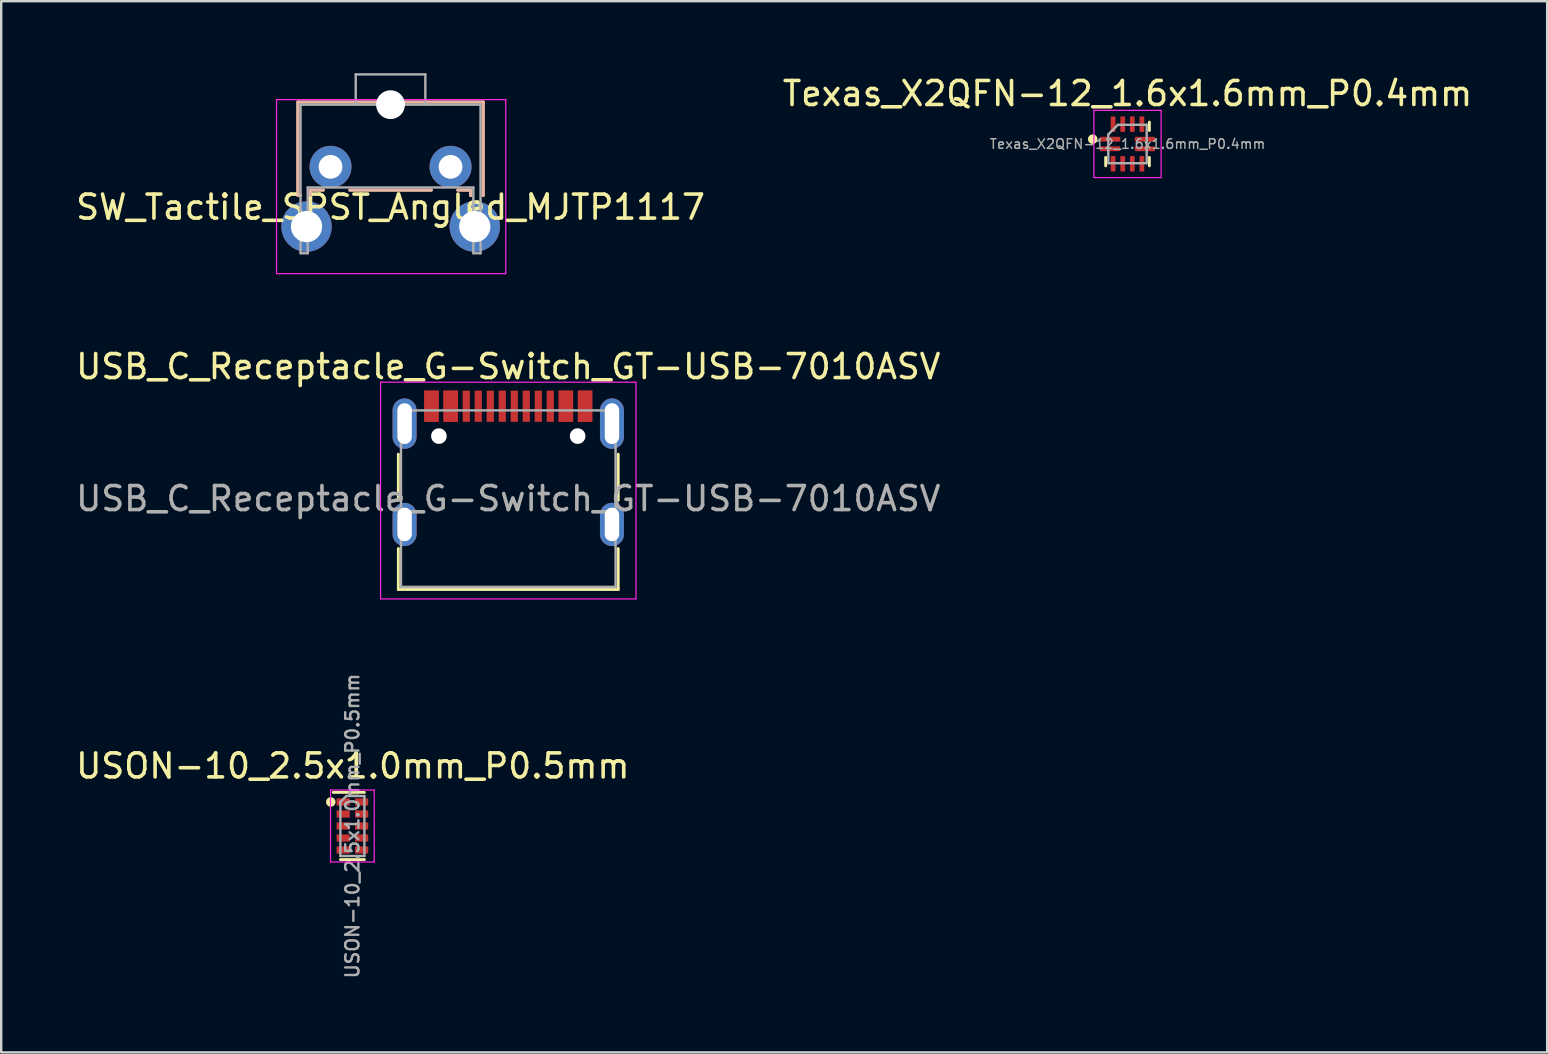
<source format=kicad_pcb>
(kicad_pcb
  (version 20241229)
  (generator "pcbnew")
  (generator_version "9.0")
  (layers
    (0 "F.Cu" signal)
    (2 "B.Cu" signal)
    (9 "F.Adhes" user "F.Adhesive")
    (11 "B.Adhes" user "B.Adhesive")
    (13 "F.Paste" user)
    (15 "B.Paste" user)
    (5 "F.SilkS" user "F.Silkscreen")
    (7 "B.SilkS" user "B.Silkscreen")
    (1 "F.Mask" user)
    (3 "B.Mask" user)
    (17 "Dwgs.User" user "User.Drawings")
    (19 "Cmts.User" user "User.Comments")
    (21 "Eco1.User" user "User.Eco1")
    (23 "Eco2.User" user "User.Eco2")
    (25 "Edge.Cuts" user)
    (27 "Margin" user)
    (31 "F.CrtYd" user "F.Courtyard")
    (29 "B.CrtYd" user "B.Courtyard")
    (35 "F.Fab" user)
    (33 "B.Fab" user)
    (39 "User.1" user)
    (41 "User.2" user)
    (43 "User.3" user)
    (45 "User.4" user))
  (footprint "USON-10_2.5x1.0mm_P0.5mm"
    (layer "F.Cu")
    (at 11.631 31.361)
    (property "Reference" "USON-10_2.5x1.0mm_P0.5mm" (at 0.018 -2.5 0) (layer "F.SilkS") (effects (font (size 1 1) (thickness 0.15))))
    (attr smd)
    (fp_line (start 0.5 -1.4) (end -0.8 -1.4) (stroke (width 0.12) (type solid)) (layer "F.SilkS"))
    (fp_line (start 0.5 1.4) (end -0.5 1.4) (stroke (width 0.12) (type solid)) (layer "F.SilkS"))
    (fp_circle (center -0.9 -1) (end -0.8 -1) (stroke (width 0.2) (type solid)) (fill no) (layer "F.SilkS"))
    (fp_line (start -0.91 -1.5) (end 0.91 -1.5) (stroke (width 0.05) (type solid)) (layer "F.CrtYd"))
    (fp_line (start -0.91 1.5) (end -0.91 -1.5) (stroke (width 0.05) (type solid)) (layer "F.CrtYd"))
    (fp_line (start 0.91 -1.5) (end 0.91 1.5) (stroke (width 0.05) (type solid)) (layer "F.CrtYd"))
    (fp_line (start 0.91 1.5) (end -0.91 1.5) (stroke (width 0.05) (type solid)) (layer "F.CrtYd"))
    (fp_line (start -0.5 -1) (end -0.5 1.25) (stroke (width 0.1) (type solid)) (layer "F.Fab"))
    (fp_line (start -0.5 1.25) (end 0.5 1.25) (stroke (width 0.1) (type solid)) (layer "F.Fab"))
    (fp_line (start -0.25 -1.25) (end -0.5 -1) (stroke (width 0.1) (type solid)) (layer "F.Fab"))
    (fp_line (start 0.5 -1.25) (end -0.25 -1.25) (stroke (width 0.1) (type solid)) (layer "F.Fab"))
    (fp_line (start 0.5 -1.25) (end 0.5 1.25) (stroke (width 0.1) (type solid)) (layer "F.Fab"))
    (fp_text user "${REFERENCE}" (at 0 0 90) (layer "F.Fab") (effects (font (size 0.55 0.55) (thickness 0.1))))
    (pad "1" smd rect (at -0.385 -1 270) (size 0.3 0.55) (layers "F.Cu" "F.Mask" "F.Paste"))
    (pad "2" smd rect (at -0.385 -0.5 270) (size 0.3 0.55) (layers "F.Cu" "F.Mask" "F.Paste"))
    (pad "3" smd rect (at -0.385 0 270) (size 0.3 0.55) (layers "F.Cu" "F.Mask" "F.Paste"))
    (pad "4" smd rect (at -0.385 0.5 270) (size 0.3 0.55) (layers "F.Cu" "F.Mask" "F.Paste"))
    (pad "5" smd rect (at -0.385 1 270) (size 0.3 0.55) (layers "F.Cu" "F.Mask" "F.Paste"))
    (pad "6" smd rect (at 0.385 1 270) (size 0.3 0.55) (layers "F.Cu" "F.Mask" "F.Paste"))
    (pad "7" smd rect (at 0.385 0.5 270) (size 0.3 0.55) (layers "F.Cu" "F.Mask" "F.Paste"))
    (pad "8" smd rect (at 0.385 0 270) (size 0.3 0.55) (layers "F.Cu" "F.Mask" "F.Paste"))
    (pad "9" smd rect (at 0.385 -0.5 270) (size 0.3 0.55) (layers "F.Cu" "F.Mask" "F.Paste"))
    (pad "10" smd rect (at 0.385 -1 270) (size 0.3 0.55) (layers "F.Cu" "F.Mask" "F.Paste")))
  (footprint "SW_Tactile_SPST_Angled_MJTP1117"
    (layer "F.Cu")
    (at 13.22 1.31)
    (property "Reference" "SW_Tactile_SPST_Angled_MJTP1117" (at 0 4.27 0) (layer "F.SilkS") (effects (font (size 1 1) (thickness 0.15))))
    (attr through_hole)
    (fp_line (start -3.86 -0.11) (end -3.86 3.79) (stroke (width 0.12) (type solid)) (layer "F.SilkS"))
    (fp_line (start -3.86 -0.11) (end 3.86 -0.11) (stroke (width 0.12) (type solid)) (layer "F.SilkS"))
    (fp_line (start -3.34 3.56) (end -3.34 3.79) (stroke (width 0.12) (type solid)) (layer "F.SilkS"))
    (fp_line (start -3.34 3.56) (end -2.8 3.56) (stroke (width 0.12) (type solid)) (layer "F.SilkS"))
    (fp_line (start -1.7 3.56) (end 1.7 3.56) (stroke (width 0.12) (type solid)) (layer "F.SilkS"))
    (fp_line (start 2.8 3.56) (end 3.34 3.56) (stroke (width 0.12) (type solid)) (layer "F.SilkS"))
    (fp_line (start 3.34 3.56) (end 3.34 3.79) (stroke (width 0.12) (type solid)) (layer "F.SilkS"))
    (fp_line (start 3.86 -0.11) (end 3.86 3.79) (stroke (width 0.12) (type solid)) (layer "F.SilkS"))
    (fp_line (start -3.86 -0.11) (end -3.86 3.79) (stroke (width 0.12) (type solid)) (layer "B.SilkS"))
    (fp_line (start -3.34 3.56) (end -3.34 3.79) (stroke (width 0.12) (type solid)) (layer "B.SilkS"))
    (fp_line (start -2.8 3.56) (end -3.34 3.56) (stroke (width 0.12) (type solid)) (layer "B.SilkS"))
    (fp_line (start 1.7 3.56) (end -1.7 3.56) (stroke (width 0.12) (type solid)) (layer "B.SilkS"))
    (fp_line (start 3.34 3.56) (end 2.8 3.56) (stroke (width 0.12) (type solid)) (layer "B.SilkS"))
    (fp_line (start 3.34 3.56) (end 3.34 3.79) (stroke (width 0.12) (type solid)) (layer "B.SilkS"))
    (fp_line (start 3.86 -0.11) (end -3.86 -0.11) (stroke (width 0.12) (type solid)) (layer "B.SilkS"))
    (fp_line (start 3.86 -0.11) (end 3.86 3.79) (stroke (width 0.12) (type solid)) (layer "B.SilkS"))
    (fp_line (start -4.75 -0.21) (end 4.8 -0.21) (stroke (width 0.05) (type solid)) (layer "F.CrtYd"))
    (fp_line (start -4.75 7.04) (end -4.75 -0.21) (stroke (width 0.05) (type solid)) (layer "F.CrtYd"))
    (fp_line (start 4.8 -0.21) (end 4.8 7.04) (stroke (width 0.05) (type solid)) (layer "F.CrtYd"))
    (fp_line (start 4.8 7.04) (end -4.75 7.04) (stroke (width 0.05) (type solid)) (layer "F.CrtYd"))
    (fp_line (start -3.75 0) (end 3.75 0) (stroke (width 0.1) (type solid)) (layer "F.Fab"))
    (fp_line (start -3.75 6.19) (end -3.75 0) (stroke (width 0.1) (type solid)) (layer "F.Fab"))
    (fp_line (start -3.75 6.19) (end -3.45 6.19) (stroke (width 0.1) (type solid)) (layer "F.Fab"))
    (fp_line (start -3.45 3.45) (end 3.45 3.45) (stroke (width 0.1) (type solid)) (layer "F.Fab"))
    (fp_line (start -3.45 6.19) (end -3.45 3.45) (stroke (width 0.1) (type solid)) (layer "F.Fab"))
    (fp_line (start -1.45 -1.26) (end -1.45 0) (stroke (width 0.1) (type solid)) (layer "F.Fab"))
    (fp_line (start -1.45 -1.26) (end 1.45 -1.26) (stroke (width 0.1) (type solid)) (layer "F.Fab"))
    (fp_line (start 1.45 -1.26) (end 1.45 0) (stroke (width 0.1) (type solid)) (layer "F.Fab"))
    (fp_line (start 3.45 6.19) (end 3.45 3.45) (stroke (width 0.1) (type solid)) (layer "F.Fab"))
    (fp_line (start 3.45 6.19) (end 3.75 6.19) (stroke (width 0.1) (type solid)) (layer "F.Fab"))
    (fp_line (start 3.75 6.19) (end 3.75 0) (stroke (width 0.1) (type solid)) (layer "F.Fab"))
    (pad "" thru_hole circle (at -3.5 5.08) (size 2.1 2.1) (drill 1.3) (layers "*.Cu" "*.Mask"))
    (pad "" np_thru_hole circle (at 0 0) (size 1.2 1.2) (drill 1.2) (layers "*.Cu" "*.Mask"))
    (pad "" thru_hole circle (at 3.51 5.08) (size 2.1 2.1) (drill 1.3) (layers "*.Cu" "*.Mask"))
    (pad "1" thru_hole circle (at -2.5 2.59) (size 1.75 1.75) (drill 0.99) (layers "*.Cu" "*.Mask"))
    (pad "2" thru_hole circle (at 2.5 2.59) (size 1.75 1.75) (drill 0.99) (layers "*.Cu" "*.Mask")))
  (footprint "USB_C_Receptacle_G-Switch_GT-USB-7010ASV"
    (layer "F.Cu")
    (at 18.125 17.723)
    (property "Reference" "USB_C_Receptacle_G-Switch_GT-USB-7010ASV" (at 0 -5.5 0) (layer "F.SilkS") (effects (font (size 1 1) (thickness 0.15))))
    (attr smd)
    (fp_line (start -4.58 -1.85) (end -4.58 0.07) (stroke (width 0.12) (type solid)) (layer "F.SilkS"))
    (fp_line (start -4.58 3.785) (end -4.58 2.08) (stroke (width 0.12) (type solid)) (layer "F.SilkS"))
    (fp_line (start 4.58 0.07) (end 4.58 -1.85) (stroke (width 0.12) (type solid)) (layer "F.SilkS"))
    (fp_line (start 4.58 2.08) (end 4.58 3.785) (stroke (width 0.12) (type solid)) (layer "F.SilkS"))
    (fp_line (start 4.58 3.785) (end -4.58 3.785) (stroke (width 0.12) (type solid)) (layer "F.SilkS"))
    (fp_line (start -5.32 -4.85) (end 5.32 -4.85) (stroke (width 0.05) (type solid)) (layer "F.CrtYd"))
    (fp_line (start -5.32 4.18) (end -5.32 -4.85) (stroke (width 0.05) (type solid)) (layer "F.CrtYd"))
    (fp_line (start 5.32 -4.85) (end 5.32 4.18) (stroke (width 0.05) (type solid)) (layer "F.CrtYd"))
    (fp_line (start 5.32 4.18) (end -5.32 4.18) (stroke (width 0.05) (type solid)) (layer "F.CrtYd"))
    (fp_line (start -4.47 -3.675) (end -4.47 3.675) (stroke (width 0.1) (type solid)) (layer "F.Fab"))
    (fp_line (start -4.47 -3.675) (end 4.47 -3.675) (stroke (width 0.1) (type solid)) (layer "F.Fab"))
    (fp_line (start -4.47 3.675) (end 4.47 3.675) (stroke (width 0.1) (type solid)) (layer "F.Fab"))
    (fp_line (start 4.47 3.675) (end 4.47 -3.675) (stroke (width 0.1) (type solid)) (layer "F.Fab"))
    (fp_text user "${REFERENCE}" (at 0 0 0) (layer "F.Fab") (effects (font (size 1 1) (thickness 0.15))))
    (pad "" np_thru_hole circle (at -2.89 -2.605) (size 0.65 0.65) (drill 0.65) (layers "*.Cu" "*.Mask"))
    (pad "" np_thru_hole circle (at 2.89 -2.605) (size 0.65 0.65) (drill 0.65) (layers "*.Cu" "*.Mask"))
    (pad "A1" smd rect (at -3.2 -3.85) (size 0.6 1.3) (layers "F.Cu" "F.Mask" "F.Paste"))
    (pad "A4" smd rect (at -2.4 -3.85) (size 0.6 1.3) (layers "F.Cu" "F.Mask" "F.Paste"))
    (pad "A5" smd rect (at -1.25 -3.85) (size 0.3 1.3) (layers "F.Cu" "F.Mask" "F.Paste"))
    (pad "A6" smd rect (at -0.25 -3.85) (size 0.3 1.3) (layers "F.Cu" "F.Mask" "F.Paste"))
    (pad "A7" smd rect (at 0.25 -3.85) (size 0.3 1.3) (layers "F.Cu" "F.Mask" "F.Paste"))
    (pad "A8" smd rect (at 1.25 -3.85) (size 0.3 1.3) (layers "F.Cu" "F.Mask" "F.Paste"))
    (pad "A9" smd rect (at 2.4 -3.85) (size 0.6 1.3) (layers "F.Cu" "F.Mask" "F.Paste"))
    (pad "A12" smd rect (at 3.2 -3.85) (size 0.6 1.3) (layers "F.Cu" "F.Mask" "F.Paste"))
    (pad "B1" smd rect (at 3.2 -3.85) (size 0.6 1.3) (layers "F.Cu" "F.Mask" "F.Paste"))
    (pad "B4" smd rect (at 2.4 -3.85) (size 0.6 1.3) (layers "F.Cu" "F.Mask" "F.Paste"))
    (pad "B5" smd rect (at 1.75 -3.85) (size 0.3 1.3) (layers "F.Cu" "F.Mask" "F.Paste"))
    (pad "B6" smd rect (at 0.75 -3.85) (size 0.3 1.3) (layers "F.Cu" "F.Mask" "F.Paste"))
    (pad "B7" smd rect (at -0.75 -3.85) (size 0.3 1.3) (layers "F.Cu" "F.Mask" "F.Paste"))
    (pad "B8" smd rect (at -1.75 -3.85) (size 0.3 1.3) (layers "F.Cu" "F.Mask" "F.Paste"))
    (pad "B9" smd rect (at -2.4 -3.85) (size 0.6 1.3) (layers "F.Cu" "F.Mask" "F.Paste"))
    (pad "B12" smd rect (at -3.2 -3.85) (size 0.6 1.3) (layers "F.Cu" "F.Mask" "F.Paste"))
    (pad "S1" thru_hole oval (at -4.32 -3.125) (size 1 2.1) (drill oval 0.6 1.7) (layers "*.Cu" "*.Mask"))
    (pad "S1" thru_hole oval (at -4.32 1.075) (size 1 1.8) (drill oval 0.6 1.4) (layers "*.Cu" "*.Mask"))
    (pad "S1" thru_hole oval (at 4.32 -3.125) (size 1 2.1) (drill oval 0.6 1.7) (layers "*.Cu" "*.Mask"))
    (pad "S1" thru_hole oval (at 4.32 1.075) (size 1 1.8) (drill oval 0.6 1.4) (layers "*.Cu" "*.Mask")))
  (footprint "Texas_X2QFN-12_1.6x1.6mm_P0.4mm"
    (layer "F.Cu")
    (at 43.923 2.948)
    (property "Reference" "Texas_X2QFN-12_1.6x1.6mm_P0.4mm" (at 0 -2.1 0) (layer "F.SilkS") (effects (font (size 1 1) (thickness 0.15))))
    (attr smd)
    (fp_line (start -0.91 0.91) (end -0.91 0.56) (stroke (width 0.12) (type solid)) (layer "F.SilkS"))
    (fp_line (start 0.91 -0.91) (end 0.91 -0.56) (stroke (width 0.12) (type solid)) (layer "F.SilkS"))
    (fp_line (start 0.91 0.91) (end 0.91 0.56) (stroke (width 0.12) (type solid)) (layer "F.SilkS"))
    (fp_circle (center -1.45 -0.2) (end -1.35 -0.2) (stroke (width 0.2) (type solid)) (fill no) (layer "F.SilkS"))
    (fp_line (start -1.4 -1.4) (end -1.4 1.4) (stroke (width 0.05) (type solid)) (layer "F.CrtYd"))
    (fp_line (start -1.4 1.4) (end 1.4 1.4) (stroke (width 0.05) (type solid)) (layer "F.CrtYd"))
    (fp_line (start 1.4 -1.4) (end -1.4 -1.4) (stroke (width 0.05) (type solid)) (layer "F.CrtYd"))
    (fp_line (start 1.4 1.4) (end 1.4 -1.4) (stroke (width 0.05) (type solid)) (layer "F.CrtYd"))
    (fp_line (start -0.8 -0.4) (end -0.4 -0.8) (stroke (width 0.1) (type solid)) (layer "F.Fab"))
    (fp_line (start -0.8 0.8) (end -0.8 -0.4) (stroke (width 0.1) (type solid)) (layer "F.Fab"))
    (fp_line (start -0.4 -0.8) (end 0.8 -0.8) (stroke (width 0.1) (type solid)) (layer "F.Fab"))
    (fp_line (start 0.8 -0.8) (end 0.8 0.8) (stroke (width 0.1) (type solid)) (layer "F.Fab"))
    (fp_line (start 0.8 0.8) (end -0.8 0.8) (stroke (width 0.1) (type solid)) (layer "F.Fab"))
    (fp_text user "${REFERENCE}" (at 0 0 0) (layer "F.Fab") (effects (font (size 0.4 0.4) (thickness 0.06))))
    (pad "1" smd roundrect (at -0.725 -0.2) (size 0.85 0.2) (layers "F.Cu" "F.Mask" "F.Paste") (roundrect_rratio 0.25))
    (pad "2" smd roundrect (at -0.725 0.2) (size 0.85 0.2) (layers "F.Cu" "F.Mask" "F.Paste") (roundrect_rratio 0.25))
    (pad "3" smd roundrect (at -0.6 0.825) (size 0.2 0.65) (layers "F.Cu" "F.Mask" "F.Paste") (roundrect_rratio 0.25))
    (pad "4" smd roundrect (at -0.2 0.825) (size 0.2 0.65) (layers "F.Cu" "F.Mask" "F.Paste") (roundrect_rratio 0.25))
    (pad "5" smd roundrect (at 0.2 0.825) (size 0.2 0.65) (layers "F.Cu" "F.Mask" "F.Paste") (roundrect_rratio 0.25))
    (pad "6" smd roundrect (at 0.6 0.825) (size 0.2 0.65) (layers "F.Cu" "F.Mask" "F.Paste") (roundrect_rratio 0.25))
    (pad "7" smd roundrect (at 0.725 0.2) (size 0.85 0.2) (layers "F.Cu" "F.Mask" "F.Paste") (roundrect_rratio 0.25))
    (pad "8" smd roundrect (at 0.725 -0.2) (size 0.85 0.2) (layers "F.Cu" "F.Mask" "F.Paste") (roundrect_rratio 0.25))
    (pad "9" smd roundrect (at 0.6 -0.825) (size 0.2 0.65) (layers "F.Cu" "F.Mask" "F.Paste") (roundrect_rratio 0.25))
    (pad "10" smd roundrect (at 0.2 -0.825) (size 0.2 0.65) (layers "F.Cu" "F.Mask" "F.Paste") (roundrect_rratio 0.25))
    (pad "11" smd roundrect (at -0.2 -0.825) (size 0.2 0.65) (layers "F.Cu" "F.Mask" "F.Paste") (roundrect_rratio 0.25))
    (pad "12" smd roundrect (at -0.6 -0.825) (size 0.2 0.65) (layers "F.Cu" "F.Mask" "F.Paste") (roundrect_rratio 0.25)))
  (gr_rect
    (start -3 -3)
    (end 61.405 40.794)
    (stroke (width 0.1) (type default))
    (fill no)
    (layer "Edge.Cuts")))
</source>
